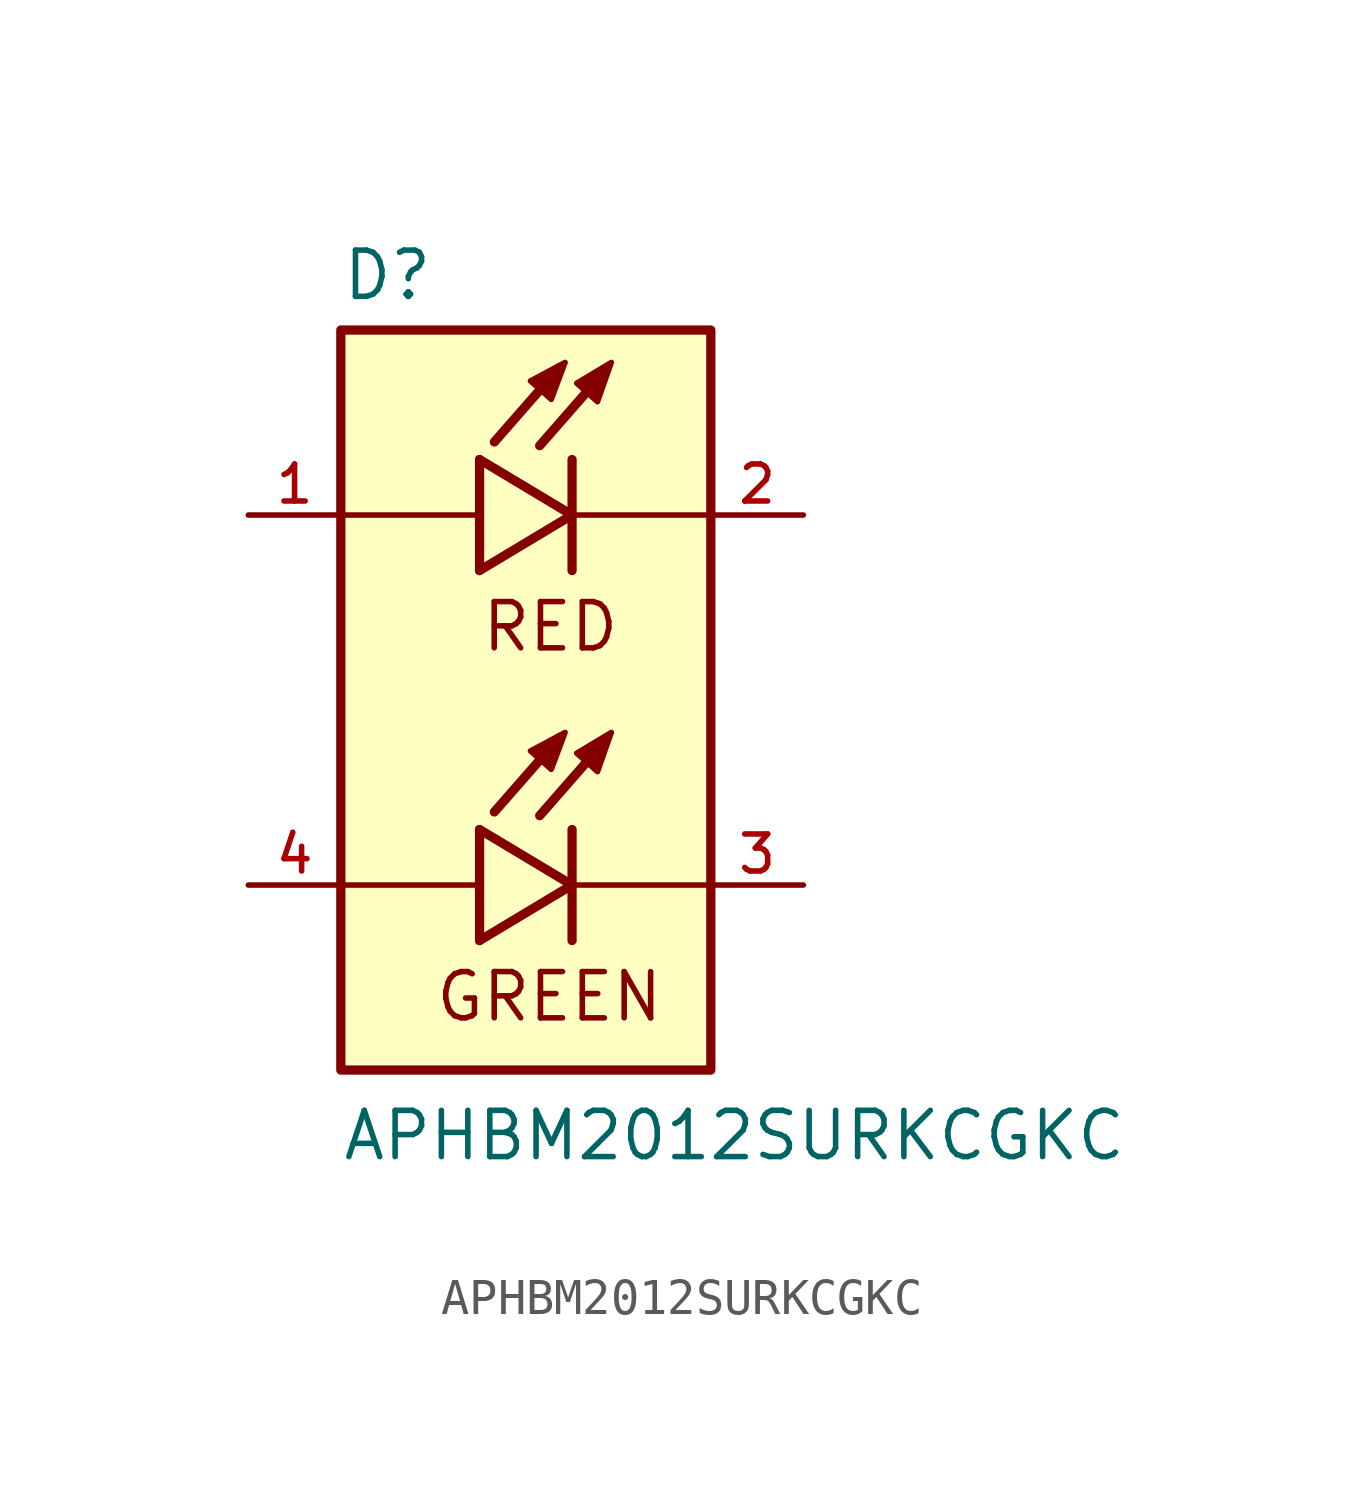
<source format=kicad_sym>
(kicad_symbol_lib
  (version 20220914)
  (generator kicad_symbol_editor)
  (symbol "APHBM2012SURKCGKC"
    (pin_names
      (offset 1.016))
    (property "Reference" "D"
      (at -5.08 10.922 0)
      (effects (font (size 1.27 1.27)) (justify left bottom)))
    (property "Value" "APHBM2012SURKCGKC"
      (at -5.08 -12.7 0)
      (effects (font (size 1.27 1.27)) (justify left bottom)))
    (symbol "APHBM2012SURKCGKC_0_0"
      (rectangle (start -5.08 -10.16) (end 5.08 10.16) (stroke (width 0.254) (type default)) (fill (type background)))
      (polyline (pts (xy -1.27 -6.604) (xy 1.27 -5.08)) (stroke (width 0.254) (type default)) (fill (type none)))
      (polyline (pts (xy -1.27 -5.08) (xy -5.08 -5.08)) (stroke (width 0.152) (type default)) (fill (type none)))
      (polyline (pts (xy -1.27 -5.08) (xy -1.27 -6.604)) (stroke (width 0.254) (type default)) (fill (type none)))
      (polyline (pts (xy -1.27 -3.556) (xy -1.27 -5.08)) (stroke (width 0.254) (type default)) (fill (type none)))
      (polyline (pts (xy -1.27 3.556) (xy 1.27 5.08)) (stroke (width 0.254) (type default)) (fill (type none)))
      (polyline (pts (xy -1.27 5.08) (xy -5.08 5.08)) (stroke (width 0.152) (type default)) (fill (type none)))
      (polyline (pts (xy -1.27 5.08) (xy -1.27 3.556)) (stroke (width 0.254) (type default)) (fill (type none)))
      (polyline (pts (xy -1.27 6.604) (xy -1.27 5.08)) (stroke (width 0.254) (type default)) (fill (type none)))
      (polyline (pts (xy 0.914 -1.041) (xy -0.864 -3.073)) (stroke (width 0.254) (type default)) (fill (type none)))
      (polyline (pts (xy 0.914 9.119) (xy -0.864 7.087)) (stroke (width 0.254) (type default)) (fill (type none)))
      (polyline (pts (xy 1.27 -5.08) (xy -1.27 -3.556)) (stroke (width 0.254) (type default)) (fill (type none)))
      (polyline (pts (xy 1.27 -5.08) (xy 1.27 -6.604)) (stroke (width 0.254) (type default)) (fill (type none)))
      (polyline (pts (xy 1.27 -3.556) (xy 1.27 -5.08)) (stroke (width 0.254) (type default)) (fill (type none)))
      (polyline (pts (xy 1.27 5.08) (xy -1.27 6.604)) (stroke (width 0.254) (type default)) (fill (type none)))
      (polyline (pts (xy 1.27 5.08) (xy 1.27 3.556)) (stroke (width 0.254) (type default)) (fill (type none)))
      (polyline (pts (xy 1.27 6.604) (xy 1.27 5.08)) (stroke (width 0.254) (type default)) (fill (type none)))
      (polyline (pts (xy 2.159 -1.143) (xy 0.381 -3.175)) (stroke (width 0.254) (type default)) (fill (type none)))
      (polyline (pts (xy 2.159 9.017) (xy 0.381 6.985)) (stroke (width 0.254) (type default)) (fill (type none)))
      (polyline (pts (xy 5.08 -5.08) (xy 1.27 -5.08)) (stroke (width 0.152) (type default)) (fill (type none)))
      (polyline (pts (xy 5.08 5.08) (xy 1.27 5.08)) (stroke (width 0.152) (type default)) (fill (type none)))
      (polyline (pts (xy 0.127 -1.397) (xy 0.699 -1.905) (xy 1.079 -0.889) (xy 0.127 -1.397)) (stroke (width 0.152) (type default)) (fill (type outline)))
      (polyline (pts (xy 0.127 8.763) (xy 0.699 8.255) (xy 1.079 9.271) (xy 0.127 8.763)) (stroke (width 0.152) (type default)) (fill (type outline)))
      (polyline (pts (xy 1.397 -1.46) (xy 1.968 -1.968) (xy 2.349 -0.889) (xy 1.397 -1.46)) (stroke (width 0.152) (type default)) (fill (type outline)))
      (polyline (pts (xy 1.397 8.7) (xy 1.968 8.191) (xy 2.349 9.271) (xy 1.397 8.7)) (stroke (width 0.152) (type default)) (fill (type outline)))
      (text "GREEN" (at -2.54 -8.89 0) (effects (font (size 1.27 1.27)) (justify left bottom)))
      (text "RED" (at -1.27 1.27 0) (effects (font (size 1.27 1.27)) (justify left bottom)))
      (pin passive line (at -7.62 5.08 0) (length 2.54) (name "~" (effects (font (size 1.016 1.016)))) (number "1" (effects (font (size 1.016 1.016)))))
      (pin passive line (at 7.62 5.08 180) (length 2.54) (name "~" (effects (font (size 1.016 1.016)))) (number "2" (effects (font (size 1.016 1.016)))))
      (pin passive line (at 7.62 -5.08 180) (length 2.54) (name "~" (effects (font (size 1.016 1.016)))) (number "3" (effects (font (size 1.016 1.016)))))
      (pin passive line (at -7.62 -5.08 0) (length 2.54) (name "~" (effects (font (size 1.016 1.016)))) (number "4" (effects (font (size 1.016 1.016))))))))
</source>
